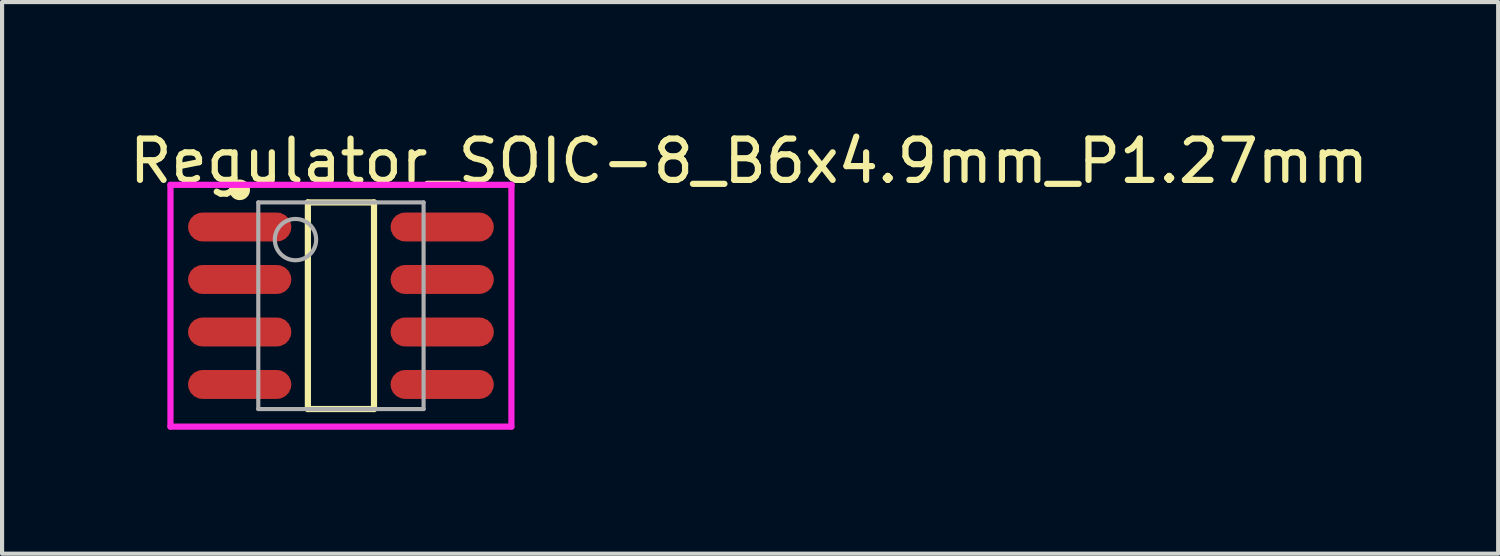
<source format=kicad_pcb>
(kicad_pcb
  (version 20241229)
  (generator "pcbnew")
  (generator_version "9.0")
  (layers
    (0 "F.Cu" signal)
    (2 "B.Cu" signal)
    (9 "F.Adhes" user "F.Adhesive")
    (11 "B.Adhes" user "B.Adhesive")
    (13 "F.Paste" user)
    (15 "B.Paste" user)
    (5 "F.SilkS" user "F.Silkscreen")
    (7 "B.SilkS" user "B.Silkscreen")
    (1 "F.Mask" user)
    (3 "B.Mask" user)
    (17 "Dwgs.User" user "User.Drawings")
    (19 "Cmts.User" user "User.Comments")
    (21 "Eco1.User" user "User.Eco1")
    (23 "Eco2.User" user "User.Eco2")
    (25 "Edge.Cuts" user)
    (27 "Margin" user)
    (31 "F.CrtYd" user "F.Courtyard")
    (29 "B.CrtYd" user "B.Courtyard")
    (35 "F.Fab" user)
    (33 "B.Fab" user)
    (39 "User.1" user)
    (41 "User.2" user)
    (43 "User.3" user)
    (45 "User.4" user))
  (footprint "Regulator_SOIC-8_B6x4.9mm_P1.27mm"
    (layer "F.Cu")
    (at 5.2 4.348)
    (property "Reference" "Regulator_SOIC-8_B6x4.9mm_P1.27mm" (at -5.2 -3.5 0) (layer "F.SilkS") (effects (font (size 1 1) (thickness 0.15)) (justify left)))
    (attr through_hole)
    (fp_line (start -0.8 -2.5) (end 0.8 -2.5) (stroke (width 0.15) (type solid)) (layer "F.SilkS"))
    (fp_line (start -0.8 2.5) (end -0.8 -2.5) (stroke (width 0.15) (type solid)) (layer "F.SilkS"))
    (fp_line (start -0.8 2.5) (end 0.8 2.5) (stroke (width 0.15) (type solid)) (layer "F.SilkS"))
    (fp_line (start 0.8 2.5) (end 0.8 -2.5) (stroke (width 0.15) (type solid)) (layer "F.SilkS"))
    (fp_circle (center -2.45 -2.805) (end -2.325 -2.805) (stroke (width 0.25) (type solid)) (fill no) (layer "F.SilkS"))
    (fp_line (start -4.125 -2.925) (end -4.125 2.925) (stroke (width 0.15) (type solid)) (layer "F.CrtYd"))
    (fp_line (start -4.125 2.925) (end 4.125 2.925) (stroke (width 0.15) (type solid)) (layer "F.CrtYd"))
    (fp_line (start 4.125 -2.925) (end -4.125 -2.925) (stroke (width 0.15) (type solid)) (layer "F.CrtYd"))
    (fp_line (start 4.125 -2.925) (end 4.125 -2.925) (stroke (width 0.15) (type solid)) (layer "F.CrtYd"))
    (fp_line (start 4.125 2.925) (end 4.125 -2.925) (stroke (width 0.15) (type solid)) (layer "F.CrtYd"))
    (fp_line (start -2 -2.5) (end 2 -2.5) (stroke (width 0.1) (type solid)) (layer "F.Fab"))
    (fp_line (start -2 2.5) (end -2 -2.5) (stroke (width 0.1) (type solid)) (layer "F.Fab"))
    (fp_line (start -2 2.5) (end 2 2.5) (stroke (width 0.1) (type solid)) (layer "F.Fab"))
    (fp_line (start 2 2.5) (end 2 -2.5) (stroke (width 0.1) (type solid)) (layer "F.Fab"))
    (fp_circle (center -1.1 -1.6) (end -0.6 -1.6) (stroke (width 0.1) (type solid)) (fill no) (layer "F.Fab"))
    (pad "1" smd roundrect (at -2.45 -1.905 270) (size 0.7 2.5) (layers "F.Cu" "F.Mask" "F.Paste") (roundrect_rratio 0.5))
    (pad "2" smd roundrect (at -2.45 -0.635 270) (size 0.7 2.5) (layers "F.Cu" "F.Mask" "F.Paste") (roundrect_rratio 0.5))
    (pad "3" smd roundrect (at -2.45 0.635 270) (size 0.7 2.5) (layers "F.Cu" "F.Mask" "F.Paste") (roundrect_rratio 0.5))
    (pad "4" smd roundrect (at -2.45 1.905 270) (size 0.7 2.5) (layers "F.Cu" "F.Mask" "F.Paste") (roundrect_rratio 0.5))
    (pad "5" smd roundrect (at 2.45 1.905 270) (size 0.7 2.5) (layers "F.Cu" "F.Mask" "F.Paste") (roundrect_rratio 0.5))
    (pad "6" smd roundrect (at 2.45 0.635 270) (size 0.7 2.5) (layers "F.Cu" "F.Mask" "F.Paste") (roundrect_rratio 0.5))
    (pad "7" smd roundrect (at 2.45 -0.635 270) (size 0.7 2.5) (layers "F.Cu" "F.Mask" "F.Paste") (roundrect_rratio 0.5))
    (pad "8" smd roundrect (at 2.45 -1.905 270) (size 0.7 2.5) (layers "F.Cu" "F.Mask" "F.Paste") (roundrect_rratio 0.5)))
  (gr_rect
    (start -3 -3)
    (end 33.202 10.348)
    (stroke (width 0.1) (type default))
    (fill no)
    (layer "Edge.Cuts")))
</source>
